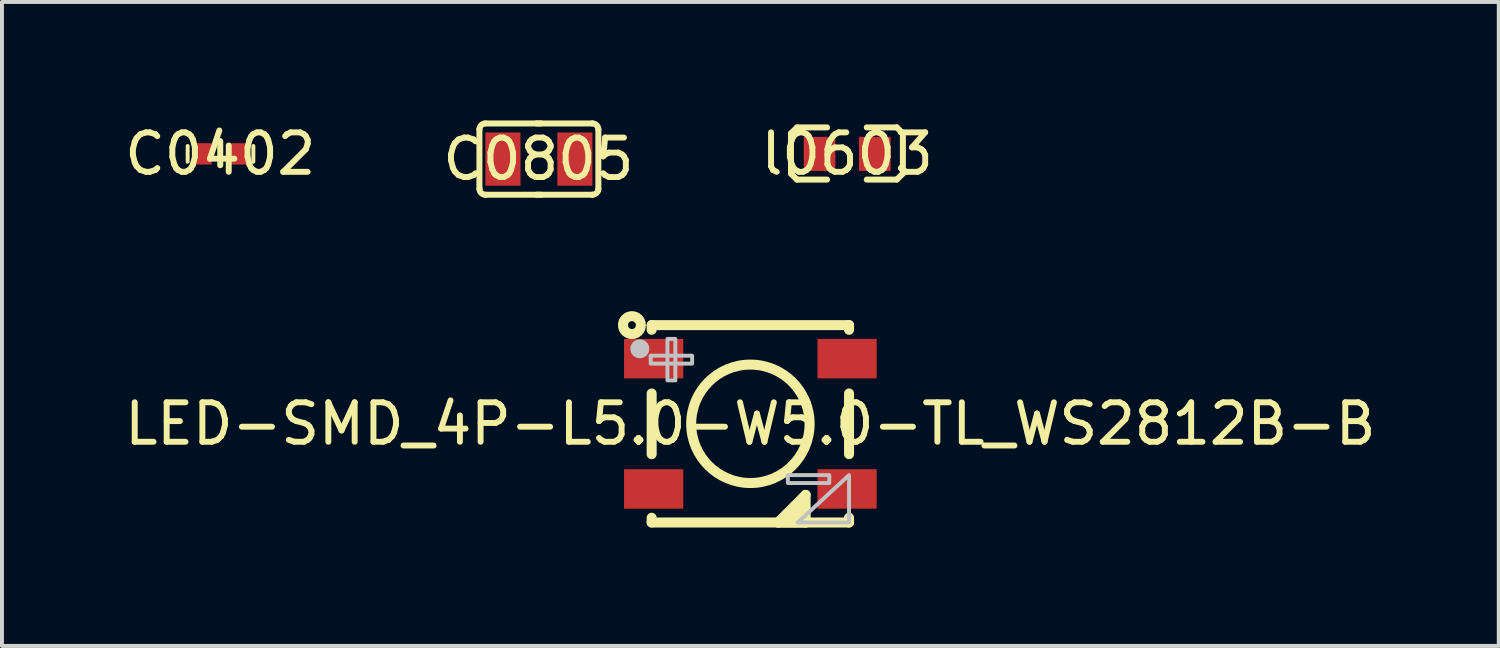
<source format=kicad_pcb>
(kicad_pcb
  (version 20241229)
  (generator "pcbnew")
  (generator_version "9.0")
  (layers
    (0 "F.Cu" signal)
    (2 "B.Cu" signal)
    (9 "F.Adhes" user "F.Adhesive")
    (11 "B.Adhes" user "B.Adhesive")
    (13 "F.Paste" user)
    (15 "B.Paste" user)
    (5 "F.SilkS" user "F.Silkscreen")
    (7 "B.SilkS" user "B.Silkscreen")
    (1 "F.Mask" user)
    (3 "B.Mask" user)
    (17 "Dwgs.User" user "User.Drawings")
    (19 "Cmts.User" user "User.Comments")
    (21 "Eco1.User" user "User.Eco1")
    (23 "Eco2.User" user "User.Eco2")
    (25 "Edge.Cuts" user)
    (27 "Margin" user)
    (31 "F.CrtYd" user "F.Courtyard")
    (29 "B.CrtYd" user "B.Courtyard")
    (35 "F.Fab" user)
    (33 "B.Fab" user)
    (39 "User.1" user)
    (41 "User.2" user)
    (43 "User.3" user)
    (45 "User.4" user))
  (footprint "C0805"
    (layer "F.Cu")
    (at 10.589 0.98)
    (property "Reference" "C0805" (at 0 0 0) (unlocked yes) (layer "F.SilkS") (effects (font (size 1 1) (thickness 0.15))))
    (fp_line (start -1.494 0.751) (end -1.494 -0.751) (stroke (width 0.152) (type default)) (layer "F.SilkS"))
    (fp_line (start -1.341 -0.903) (end 0.069 -0.903) (stroke (width 0.152) (type default)) (layer "F.SilkS"))
    (fp_line (start -0.043 0.903) (end 1.367 0.903) (stroke (width 0.152) (type default)) (layer "F.SilkS"))
    (fp_line (start 0.069 0.903) (end -1.341 0.903) (stroke (width 0.152) (type default)) (layer "F.SilkS"))
    (fp_line (start 1.367 -0.903) (end -0.043 -0.903) (stroke (width 0.152) (type default)) (layer "F.SilkS"))
    (fp_line (start 1.519 0.751) (end 1.519 -0.751) (stroke (width 0.152) (type default)) (layer "F.SilkS"))
    (fp_arc (start -1.4935 -0.751) (mid -1.44898 -0.85848) (end -1.3415 -0.9035) (stroke (width 0.1525) (type default)) (layer "F.SilkS"))
    (fp_arc (start -1.3415 0.9035) (mid -1.449334 0.858834) (end -1.4935 0.751) (stroke (width 0.1525) (type default)) (layer "F.SilkS"))
    (fp_arc (start 1.3665 -0.9035) (mid 1.474334 -0.858834) (end 1.519 -0.751) (stroke (width 0.1525) (type default)) (layer "F.SilkS"))
    (fp_arc (start 1.519 0.751) (mid 1.474334 0.858834) (end 1.3665 0.9035) (stroke (width 0.1525) (type default)) (layer "F.SilkS"))
    (fp_poly (pts (xy -1.359 0.67) (xy -1.359 -0.71) (xy -0.475 -0.71) (xy -0.425 -0.66) (xy -0.42 -0.25) (xy -0.87 -0.25) (xy -0.87 0.2) (xy -0.43 0.2) (xy -0.425 0.62) (xy -0.475 0.67)) (stroke (width 0) (type default)) (fill yes) (layer "F.Paste"))
    (fp_poly (pts (xy 0.437 0.632) (xy 0.437 0.212) (xy 0.882 0.212) (xy 0.882 -0.237) (xy 0.442 -0.237) (xy 0.437 -0.647) (xy 0.487 -0.698) (xy 1.37 -0.698) (xy 1.37 0.682) (xy 0.487 0.682)) (stroke (width 0) (type default)) (fill yes) (layer "F.Paste"))
    (fp_poly (pts (xy -1 0.625) (xy -1 -0.625) (xy -0.5 -0.625) (xy -0.5 0.625)) (stroke (width 0.1) (type default)) (fill no) (layer "User.1"))
    (fp_poly (pts (xy 1 -0.625) (xy 1 0.625) (xy 0.5 0.625) (xy 0.5 -0.625)) (stroke (width 0.1) (type default)) (fill no) (layer "User.1"))
    (fp_line (start -1 -0.625) (end 1 -0.625) (stroke (width 0.051) (type default)) (layer "User.2"))
    (fp_line (start -1 0.625) (end -1 -0.625) (stroke (width 0.051) (type default)) (layer "User.2"))
    (fp_line (start 1 -0.625) (end 1 0.625) (stroke (width 0.051) (type default)) (layer "User.2"))
    (fp_line (start 1 0.625) (end -1 0.625) (stroke (width 0.051) (type default)) (layer "User.2"))
    (fp_poly (pts (xy -0.94 0.625) (xy -0.958 0.583) (xy -1 0.565) (xy -1.042 0.583) (xy -1.06 0.625) (xy -1.042 0.667) (xy -1 0.685) (xy -0.958 0.667)) (stroke (width 0.1) (type default)) (fill no) (layer "User.3"))
    (pad "1" smd rect (at -0.898 0) (size 0.889 1.35) (layers "F.Cu" "F.Mask" "F.Paste"))
    (pad "2" smd rect (at 0.924 0) (size 0.889 1.35) (layers "F.Cu" "F.Mask" "F.Paste")))
  (footprint "l0603"
    (layer "F.Cu")
    (at 18.411 0.848)
    (property "Reference" "l0603" (at 0 0 0) (unlocked yes) (layer "F.SilkS") (effects (font (size 1 1) (thickness 0.15))))
    (fp_line (start -1.424 -0.517) (end -1.272 -0.67) (stroke (width 0.152) (type default)) (layer "F.SilkS"))
    (fp_line (start -1.424 0.499) (end -1.424 -0.517) (stroke (width 0.152) (type default)) (layer "F.SilkS"))
    (fp_line (start -1.272 -0.67) (end -0.509 -0.67) (stroke (width 0.152) (type default)) (layer "F.SilkS"))
    (fp_line (start -1.272 0.651) (end -1.424 0.499) (stroke (width 0.152) (type default)) (layer "F.SilkS"))
    (fp_line (start -1.272 0.651) (end -0.509 0.651) (stroke (width 0.152) (type default)) (layer "F.SilkS"))
    (fp_line (start 1.258 -0.67) (end 0.496 -0.67) (stroke (width 0.152) (type default)) (layer "F.SilkS"))
    (fp_line (start 1.258 -0.67) (end 1.411 -0.517) (stroke (width 0.152) (type default)) (layer "F.SilkS"))
    (fp_line (start 1.258 0.651) (end 0.496 0.651) (stroke (width 0.152) (type default)) (layer "F.SilkS"))
    (fp_line (start 1.411 -0.517) (end 1.411 0.499) (stroke (width 0.152) (type default)) (layer "F.SilkS"))
    (fp_line (start 1.411 0.499) (end 1.258 0.651) (stroke (width 0.152) (type default)) (layer "F.SilkS"))
    (fp_poly (pts (xy -0.252 -0.143) (xy -0.252 0.134) (xy -0.526 0.427) (xy -1.029 0.427) (xy -1.093 0.363) (xy -1.093 -0.372) (xy -1.029 -0.436) (xy -0.526 -0.436)) (stroke (width 0) (type default)) (fill yes) (layer "F.Paste"))
    (fp_poly (pts (xy 0.264 -0.154) (xy 0.264 0.122) (xy 0.538 0.416) (xy 1.042 0.416) (xy 1.105 0.352) (xy 1.105 -0.384) (xy 1.042 -0.448) (xy 0.538 -0.448)) (stroke (width 0) (type default)) (fill yes) (layer "F.Paste"))
    (fp_poly (pts (xy -0.5 0.4) (xy -0.8 0.4) (xy -0.8 -0.4) (xy -0.5 -0.4)) (stroke (width 0.1) (type default)) (fill no) (layer "User.1"))
    (fp_poly (pts (xy 0.8 0.4) (xy 0.5 0.4) (xy 0.5 -0.4) (xy 0.8 -0.4)) (stroke (width 0.1) (type default)) (fill no) (layer "User.1"))
    (fp_line (start -0.8 -0.4) (end 0.8 -0.4) (stroke (width 0.051) (type default)) (layer "User.2"))
    (fp_line (start -0.8 0.4) (end -0.8 -0.4) (stroke (width 0.051) (type default)) (layer "User.2"))
    (fp_line (start 0.8 -0.4) (end 0.8 0.4) (stroke (width 0.051) (type default)) (layer "User.2"))
    (fp_line (start 0.8 0.4) (end -0.8 0.4) (stroke (width 0.051) (type default)) (layer "User.2"))
    (fp_poly (pts (xy -0.74 0.4) (xy -0.758 0.358) (xy -0.8 0.34) (xy -0.842 0.358) (xy -0.86 0.4) (xy -0.842 0.442) (xy -0.8 0.46) (xy -0.758 0.442)) (stroke (width 0.1) (type default)) (fill no) (layer "User.3"))
    (pad "1" smd rect (at -0.7 0 180) (size 0.8 0.864) (layers "F.Cu" "F.Mask" "F.Paste"))
    (pad "2" smd rect (at 0.7 0 180) (size 0.8 0.864) (layers "F.Cu" "F.Mask" "F.Paste")))
  (footprint "LED-SMD_4P-L5.0-W5.0-TL_WS2812B-B"
    (layer "F.Cu")
    (at 15.958 7.686)
    (property "Reference" "LED-SMD_4P-L5.0-W5.0-TL_WS2812B-B" (at 0 0 0) (unlocked yes) (layer "F.SilkS") (effects (font (size 1 1) (thickness 0.15))))
    (fp_line (start -2.5 -2.5) (end 2.5 -2.5) (stroke (width 0.254) (type default)) (layer "F.SilkS"))
    (fp_line (start -2.5 -2.381) (end -2.5 -2.5) (stroke (width 0.254) (type default)) (layer "F.SilkS"))
    (fp_line (start -2.5 0.769) (end -2.5 -0.769) (stroke (width 0.254) (type default)) (layer "F.SilkS"))
    (fp_line (start -2.5 2.5) (end -2.5 2.38) (stroke (width 0.254) (type default)) (layer "F.SilkS"))
    (fp_line (start 0.7 2.5) (end 1.4 1.8) (stroke (width 0.254) (type default)) (layer "F.SilkS"))
    (fp_line (start 1.4 1.8) (end 1.4 2.5) (stroke (width 0.254) (type default)) (layer "F.SilkS"))
    (fp_line (start 1.4 2.5) (end 0.7 2.5) (stroke (width 0.254) (type default)) (layer "F.SilkS"))
    (fp_line (start 2.5 -2.5) (end 2.5 -2.381) (stroke (width 0.254) (type default)) (layer "F.SilkS"))
    (fp_line (start 2.5 -0.769) (end 2.5 0.769) (stroke (width 0.254) (type default)) (layer "F.SilkS"))
    (fp_line (start 2.5 2.38) (end 2.5 2.5) (stroke (width 0.254) (type default)) (layer "F.SilkS"))
    (fp_line (start 2.5 2.5) (end -2.5 2.5) (stroke (width 0.254) (type default)) (layer "F.SilkS"))
    (fp_circle (center -3 -2.5) (end -2.9 -2.5) (stroke (width 0.254) (type default)) (fill no) (layer "F.SilkS"))
    (fp_circle (center 0.001 0) (end 1.501 0) (stroke (width 0.254) (type default)) (fill no) (layer "F.SilkS"))
    (fp_poly (pts (xy 1.4 1.8) (xy 1.4 2.4) (xy 1.3 2.5) (xy 0.7 2.5)) (stroke (width 0) (type default)) (fill yes) (layer "F.SilkS"))
    (fp_circle (center -2.8 -1.9) (end -2.68 -1.9) (stroke (width 0.24) (type default)) (fill no) (layer "Dwgs.User"))
    (fp_poly (pts (xy 2.5 1.3) (xy 2.5 2.5) (xy 1.2 2.5)) (stroke (width 0.1) (type default)) (fill no) (layer "Dwgs.User"))
    (fp_poly (pts (xy -2.525 -1.725) (xy -1.475 -1.725) (xy -1.475 -1.525) (xy -2.525 -1.525)) (stroke (width 0.1) (type default)) (fill no) (layer "Dwgs.User"))
    (fp_poly (pts (xy -2.1 -1.1) (xy -2.1 -2.15) (xy -1.9 -2.15) (xy -1.9 -1.1)) (stroke (width 0.1) (type default)) (fill no) (layer "Dwgs.User"))
    (fp_poly (pts (xy 2 1.5) (xy 0.95 1.5) (xy 0.95 1.3) (xy 2 1.3)) (stroke (width 0.1) (type default)) (fill no) (layer "Dwgs.User"))
    (fp_poly (pts (xy -2.704 -2.1) (xy -1.704 -2.1) (xy -1.704 -1.2) (xy -2.704 -1.2)) (stroke (width 0.1) (type default)) (fill no) (layer "User.1"))
    (fp_poly (pts (xy -2.704 1.2) (xy -1.704 1.2) (xy -1.704 2.1) (xy -2.704 2.1)) (stroke (width 0.1) (type default)) (fill no) (layer "User.1"))
    (fp_poly (pts (xy 2.704 -1.2) (xy 1.704 -1.2) (xy 1.704 -2.1) (xy 2.704 -2.1)) (stroke (width 0.1) (type default)) (fill no) (layer "User.1"))
    (fp_poly (pts (xy 2.704 2.1) (xy 1.704 2.1) (xy 1.704 1.2) (xy 2.704 1.2)) (stroke (width 0.1) (type default)) (fill no) (layer "User.1"))
    (fp_line (start -2.5 -2.5) (end 2.5 -2.5) (stroke (width 0.051) (type default)) (layer "User.2"))
    (fp_line (start -2.5 2.5) (end -2.5 -2.5) (stroke (width 0.051) (type default)) (layer "User.2"))
    (fp_line (start 2.5 -2.5) (end 2.5 2.5) (stroke (width 0.051) (type default)) (layer "User.2"))
    (fp_line (start 2.5 2.5) (end -2.5 2.5) (stroke (width 0.051) (type default)) (layer "User.2"))
    (fp_poly (pts (xy -2.643 -2.5) (xy -2.661 -2.542) (xy -2.704 -2.56) (xy -2.746 -2.542) (xy -2.764 -2.5) (xy -2.746 -2.458) (xy -2.704 -2.44) (xy -2.661 -2.458)) (stroke (width 0.1) (type default)) (fill no) (layer "User.3"))
    (pad "1" smd rect (at -2.45 -1.65 180) (size 1.5 1) (layers "F.Cu" "F.Mask" "F.Paste"))
    (pad "2" smd rect (at -2.45 1.65 180) (size 1.5 1) (layers "F.Cu" "F.Mask" "F.Paste"))
    (pad "3" smd rect (at 2.45 1.65 180) (size 1.5 1) (layers "F.Cu" "F.Mask" "F.Paste"))
    (pad "4" smd rect (at 2.45 -1.65 180) (size 1.5 1) (layers "F.Cu" "F.Mask" "F.Paste")))
  (footprint "C0402"
    (layer "F.Cu")
    (at 2.53 0.848)
    (property "Reference" "C0402" (at 0 0 0) (unlocked yes) (layer "F.SilkS") (effects (font (size 1 1) (thickness 0.15))))
    (fp_line (start -0.826 -0.2) (end -0.826 0.2) (stroke (width 0.1) (type default)) (layer "F.SilkS"))
    (fp_line (start -0.001 -0.323) (end -0.001 0.288) (stroke (width 0.152) (type default)) (layer "F.SilkS"))
    (fp_line (start 0.838 -0.2) (end 0.838 0.2) (stroke (width 0.1) (type default)) (layer "F.SilkS"))
    (fp_poly (pts (xy -0.18 -0.225) (xy -0.18 0.225) (xy -0.25 0.275) (xy -0.73 0.275) (xy -0.78 0.225) (xy -0.78 -0.225) (xy -0.73 -0.275) (xy -0.25 -0.275)) (stroke (width 0) (type default)) (fill yes) (layer "F.Paste"))
    (fp_poly (pts (xy 0.78 -0.225) (xy 0.78 0.225) (xy 0.73 0.275) (xy 0.25 0.275) (xy 0.18 0.225) (xy 0.18 -0.225) (xy 0.25 -0.275) (xy 0.73 -0.275)) (stroke (width 0) (type default)) (fill yes) (layer "F.Paste"))
    (fp_poly (pts (xy -0.5 0.25) (xy -0.5 -0.25) (xy -0.25 -0.25) (xy -0.25 0.25)) (stroke (width 0.1) (type default)) (fill no) (layer "User.1"))
    (fp_poly (pts (xy 0.5 0.25) (xy 0.5 -0.25) (xy 0.25 -0.25) (xy 0.25 0.25)) (stroke (width 0.1) (type default)) (fill no) (layer "User.1"))
    (fp_line (start -0.5 -0.25) (end 0.5 -0.25) (stroke (width 0.051) (type default)) (layer "User.2"))
    (fp_line (start -0.5 0.25) (end -0.5 -0.25) (stroke (width 0.051) (type default)) (layer "User.2"))
    (fp_line (start 0.5 -0.25) (end 0.5 0.25) (stroke (width 0.051) (type default)) (layer "User.2"))
    (fp_line (start 0.5 0.25) (end -0.5 0.25) (stroke (width 0.051) (type default)) (layer "User.2"))
    (fp_poly (pts (xy -0.44 0.25) (xy -0.458 0.208) (xy -0.5 0.19) (xy -0.542 0.208) (xy -0.56 0.25) (xy -0.542 0.292) (xy -0.5 0.31) (xy -0.458 0.292)) (stroke (width 0.1) (type default)) (fill no) (layer "User.3"))
    (pad "1" smd rect (at -0.469 0) (size 0.5 0.54) (layers "F.Cu" "F.Mask" "F.Paste"))
    (pad "2" smd rect (at 0.481 0) (size 0.5 0.54) (layers "F.Cu" "F.Mask" "F.Paste")))
  (gr_rect
    (start -3 -3)
    (end 34.917 13.313)
    (stroke (width 0.1) (type default))
    (fill no)
    (layer "Edge.Cuts")))
</source>
